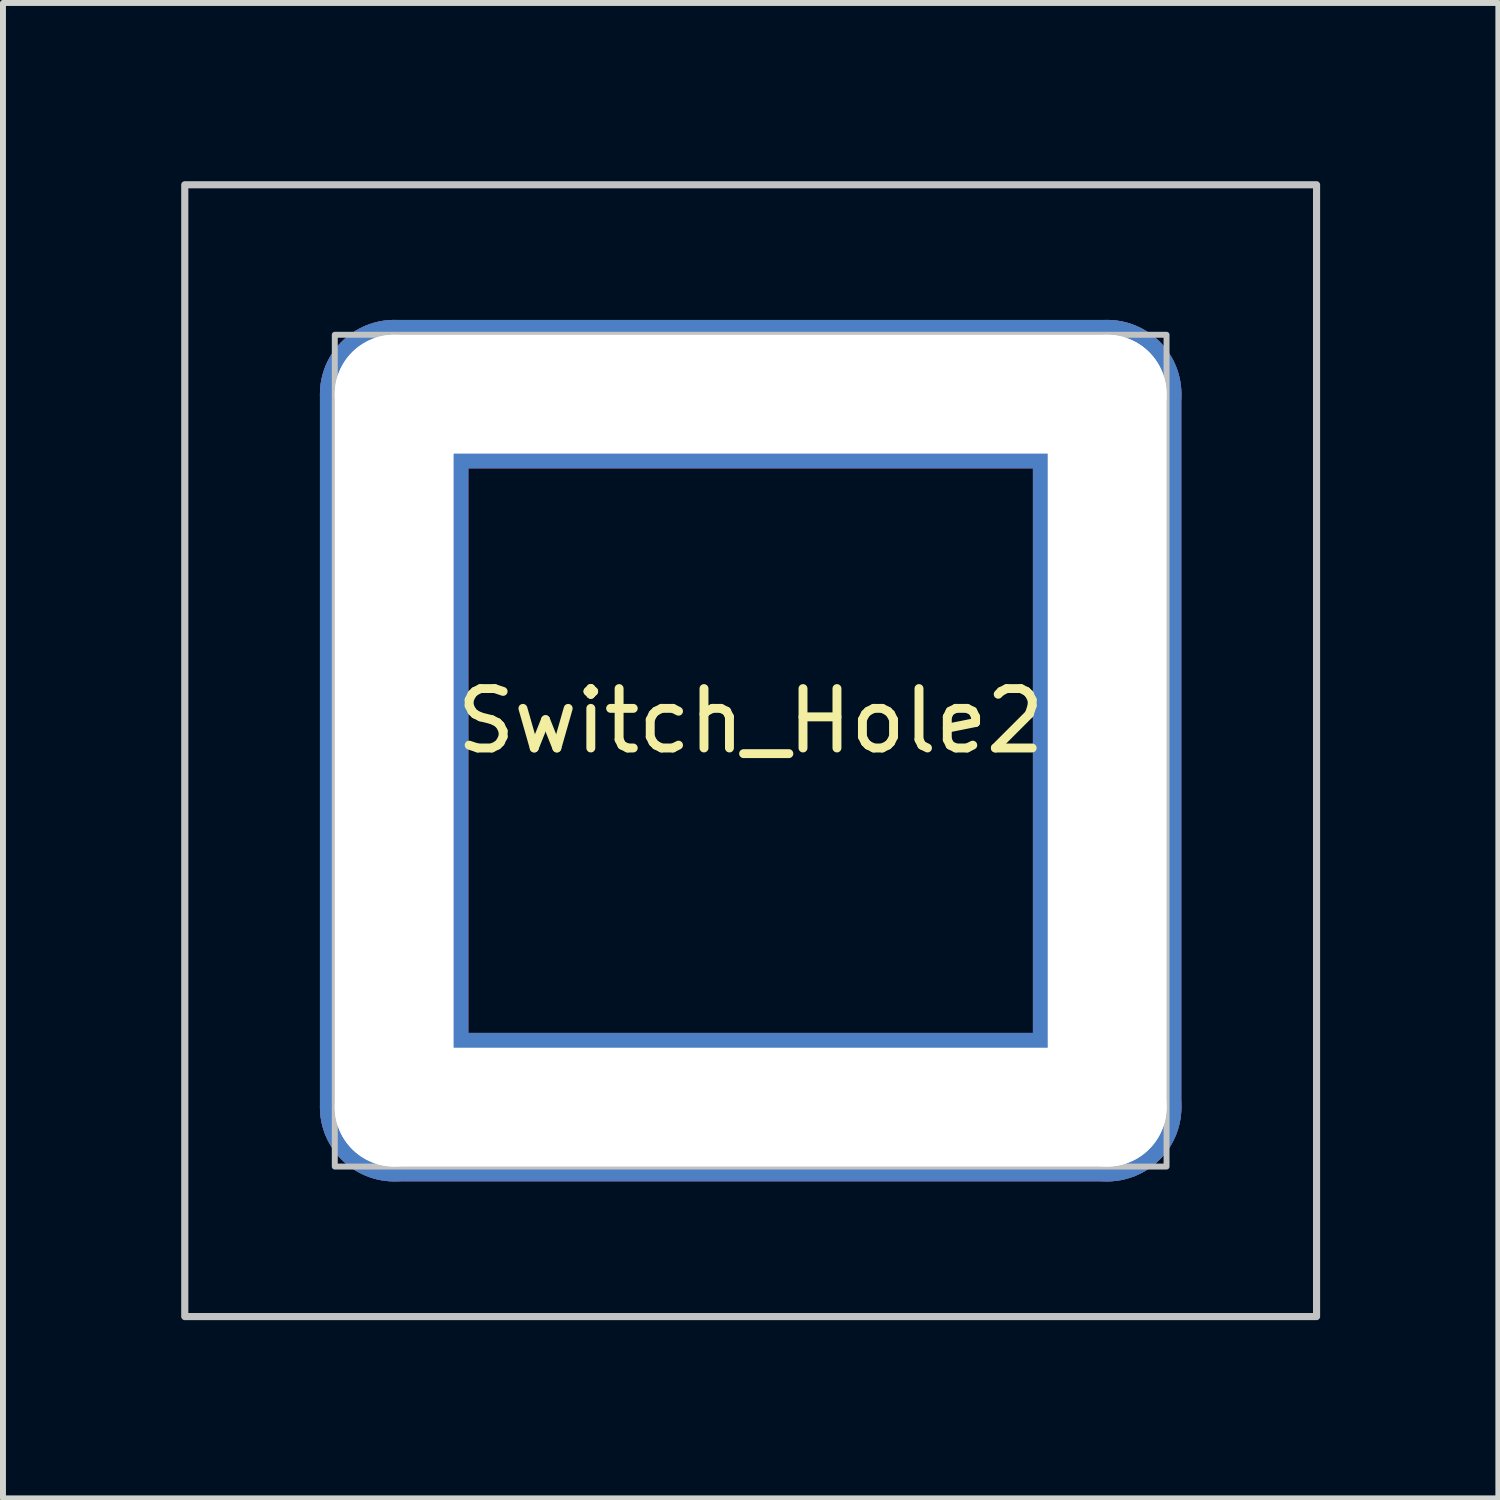
<source format=kicad_pcb>
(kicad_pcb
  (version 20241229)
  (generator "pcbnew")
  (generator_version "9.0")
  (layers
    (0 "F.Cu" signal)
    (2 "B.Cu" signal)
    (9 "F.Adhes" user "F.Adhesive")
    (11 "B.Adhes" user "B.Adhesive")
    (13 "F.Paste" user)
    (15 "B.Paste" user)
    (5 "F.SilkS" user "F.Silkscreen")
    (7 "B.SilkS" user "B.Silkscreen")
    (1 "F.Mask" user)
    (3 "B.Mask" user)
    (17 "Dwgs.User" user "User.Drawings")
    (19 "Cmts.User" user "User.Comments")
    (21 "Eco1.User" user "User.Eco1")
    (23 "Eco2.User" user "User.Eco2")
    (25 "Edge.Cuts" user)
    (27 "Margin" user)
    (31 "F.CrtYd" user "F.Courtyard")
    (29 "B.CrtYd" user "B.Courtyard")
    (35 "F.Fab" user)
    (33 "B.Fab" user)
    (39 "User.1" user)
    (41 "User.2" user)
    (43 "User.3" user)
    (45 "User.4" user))
  (footprint "Switch_Hole2"
    (layer "F.Cu")
    (at 9.585 9.585)
    (property "Reference" "Switch_Hole2" (at 0 -0.5 0) (unlocked yes) (layer "F.SilkS") (effects (font (size 1 1) (thickness 0.15))))
    (fp_rect (start -9.525 -9.525) (end 9.525 9.525) (stroke (width 0.12) (type solid)) (fill no) (layer "Dwgs.User"))
    (fp_rect (start -7 -7) (end 7 7) (stroke (width 0.1) (type solid)) (fill no) (layer "Dwgs.User"))
    (pad "" thru_hole oval (at -6 0) (size 2.5 14.5) (drill oval 2 14) (layers "*.Cu" "*.Mask"))
    (pad "" thru_hole oval (at 0 -6 270) (size 2.5 14.5) (drill oval 2 14) (layers "*.Cu" "*.Mask"))
    (pad "" thru_hole oval (at 0 6 90) (size 2.5 14.5) (drill oval 2 14) (layers "*.Cu" "*.Mask"))
    (pad "" thru_hole oval (at 6 0 180) (size 2.5 14.5) (drill oval 2 14) (layers "*.Cu" "*.Mask")))
  (gr_rect
    (start -3 -3)
    (end 22.17 22.17)
    (stroke (width 0.1) (type default))
    (fill no)
    (layer "Edge.Cuts")))
</source>
